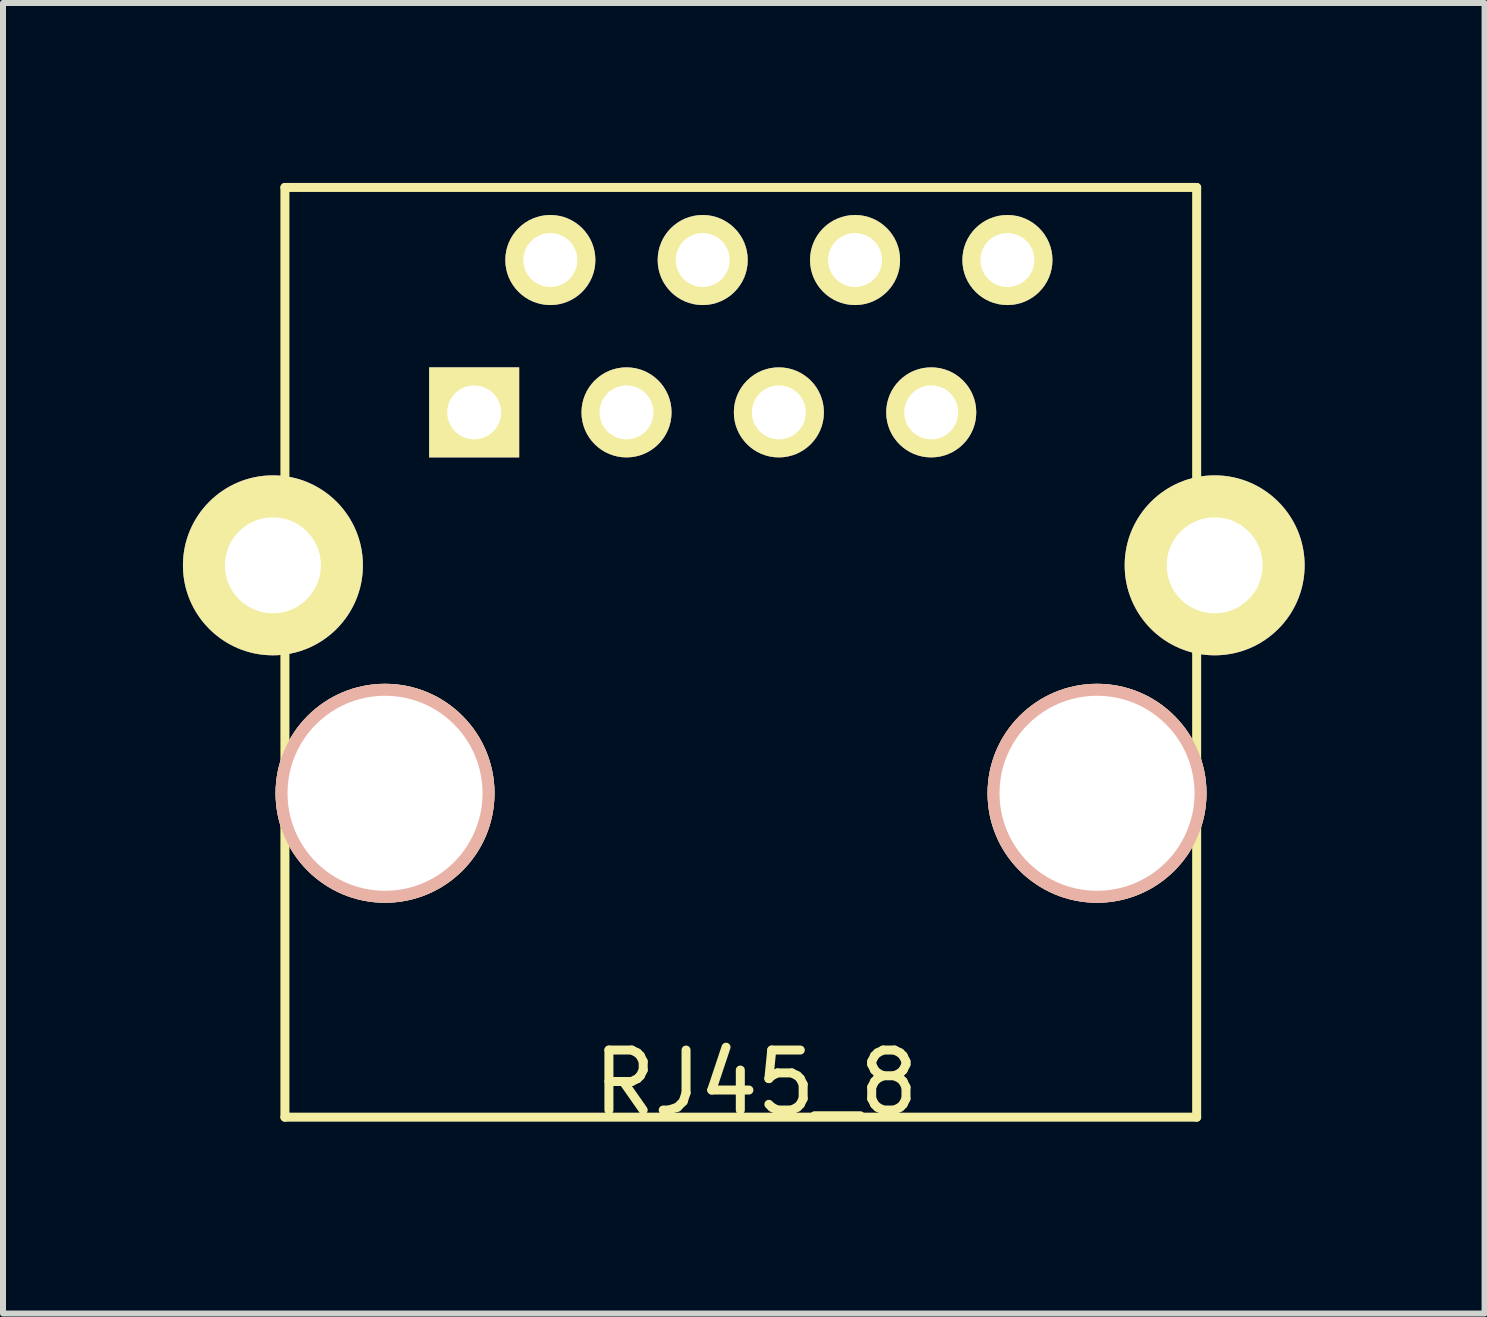
<source format=kicad_pcb>
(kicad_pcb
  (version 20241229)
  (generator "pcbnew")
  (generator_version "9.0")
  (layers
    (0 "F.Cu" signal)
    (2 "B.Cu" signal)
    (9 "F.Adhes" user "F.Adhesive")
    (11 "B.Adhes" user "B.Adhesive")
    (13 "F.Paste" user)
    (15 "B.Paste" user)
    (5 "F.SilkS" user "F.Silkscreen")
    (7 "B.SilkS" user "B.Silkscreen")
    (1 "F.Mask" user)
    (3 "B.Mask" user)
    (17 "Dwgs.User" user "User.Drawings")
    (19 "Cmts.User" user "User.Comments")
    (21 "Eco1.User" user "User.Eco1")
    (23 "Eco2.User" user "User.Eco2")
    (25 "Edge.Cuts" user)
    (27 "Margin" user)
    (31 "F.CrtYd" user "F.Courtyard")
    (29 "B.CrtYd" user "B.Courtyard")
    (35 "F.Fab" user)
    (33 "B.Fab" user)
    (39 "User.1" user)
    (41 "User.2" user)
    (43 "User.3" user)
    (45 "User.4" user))
  (footprint "RJ45_8"
    (layer "F.Cu")
    (at 9.3 10.175)
    (property "Reference" "RJ45_8" (at 0.254 4.826 0) (layer "F.SilkS") (effects (font (size 1 1) (thickness 0.15))))
    (attr through_hole)
    (fp_line (start -7.6 -10.1) (end -7.6 5.4) (stroke (width 0.15) (type solid)) (layer "F.SilkS"))
    (fp_line (start -7.6 5.4) (end 7.6 5.4) (stroke (width 0.15) (type solid)) (layer "F.SilkS"))
    (fp_line (start 7.6 -10.1) (end -7.6 -10.1) (stroke (width 0.15) (type solid)) (layer "F.SilkS"))
    (fp_line (start 7.6 5.4) (end 7.6 -10.1) (stroke (width 0.15) (type solid)) (layer "F.SilkS"))
    (pad "" np_thru_hole circle (at -5.931 0) (size 3.65 3.65) (drill 3.251) (layers "*.Cu" "*.SilkS" "*.Mask"))
    (pad "" np_thru_hole circle (at 5.939 0) (size 3.65 3.65) (drill 3.251) (layers "*.Cu" "*.SilkS" "*.Mask"))
    (pad "1" thru_hole rect (at -4.445 -6.35) (size 1.501 1.501) (drill 0.899) (layers "*.Cu" "*.Mask" "F.SilkS"))
    (pad "2" thru_hole circle (at -3.175 -8.89) (size 1.501 1.501) (drill 0.899) (layers "*.Cu" "*.Mask" "F.SilkS"))
    (pad "3" thru_hole circle (at -1.905 -6.35) (size 1.501 1.501) (drill 0.899) (layers "*.Cu" "*.Mask" "F.SilkS"))
    (pad "4" thru_hole circle (at -0.635 -8.89) (size 1.501 1.501) (drill 0.899) (layers "*.Cu" "*.Mask" "F.SilkS"))
    (pad "5" thru_hole circle (at 0.635 -6.35) (size 1.501 1.501) (drill 0.899) (layers "*.Cu" "*.Mask" "F.SilkS"))
    (pad "6" thru_hole circle (at 1.905 -8.89) (size 1.501 1.501) (drill 0.899) (layers "*.Cu" "*.Mask" "F.SilkS"))
    (pad "7" thru_hole circle (at 3.175 -6.35) (size 1.501 1.501) (drill 0.899) (layers "*.Cu" "*.Mask" "F.SilkS"))
    (pad "8" thru_hole circle (at 4.445 -8.89) (size 1.501 1.501) (drill 0.899) (layers "*.Cu" "*.Mask" "F.SilkS"))
    (pad "9" thru_hole circle (at -7.8 -3.8) (size 3 3) (drill 1.6) (layers "*.Cu" "*.Mask" "F.SilkS"))
    (pad "9" thru_hole circle (at 7.9 -3.8) (size 3 3) (drill 1.6) (layers "*.Cu" "*.Mask" "F.SilkS")))
  (gr_rect
    (start -3 -3)
    (end 21.7 18.849)
    (stroke (width 0.1) (type default))
    (fill no)
    (layer "Edge.Cuts")))
</source>
